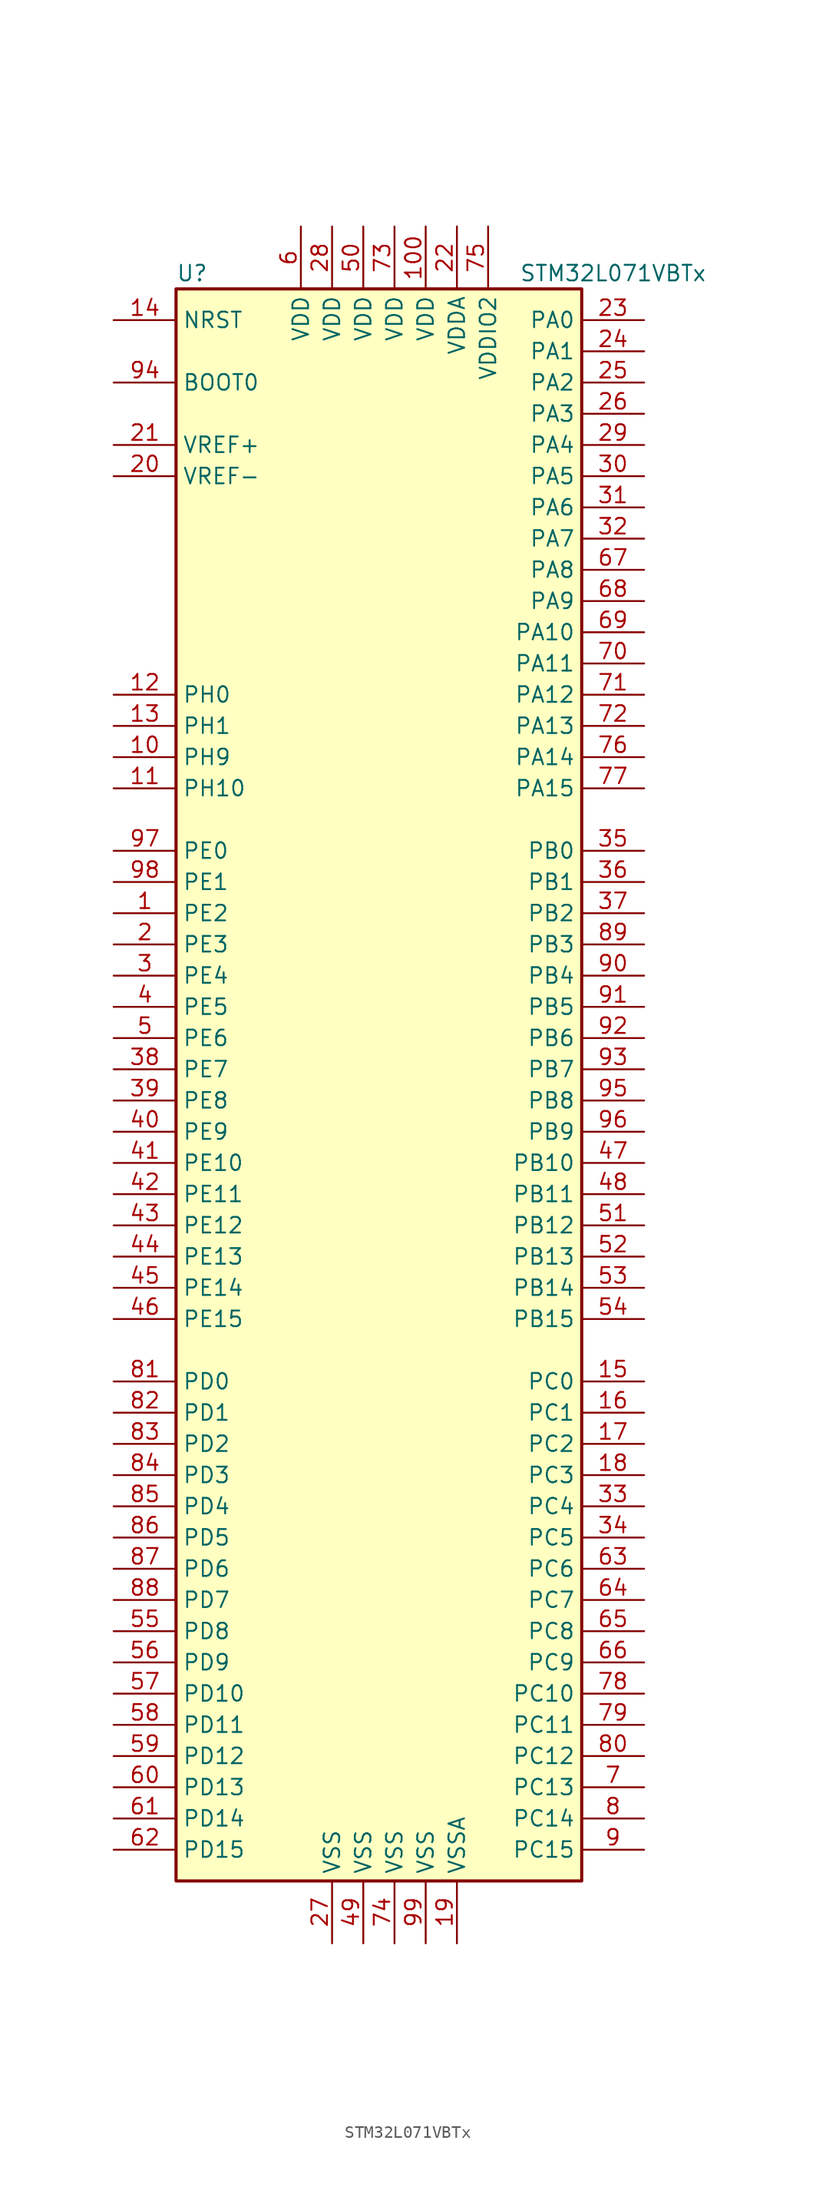
<source format=kicad_sym>
(kicad_symbol_lib
  (version 20201005)
  (generator kicad_symbol_editor)
  (symbol "STM32L071VBTx"
    (property "Reference" "U"
      (at -17.78 64.77 0)
      (effects (font (size 1.27 1.27)) (justify left)))
    (property "Value" "STM32L071VBTx"
      (at 10.16 64.77 0)
      (effects (font (size 1.27 1.27)) (justify left)))
    (symbol "STM32L071VBTx_0_1"
      (rectangle (start -17.78 -66.04) (end 15.24 63.5) (stroke (width 0.254)) (fill (type background))))
    (symbol "STM32L071VBTx_1_1"
      (pin bidirectional line (at -22.86 12.7 0) (length 5.08) (name "PE2" (effects (font (size 1.27 1.27)))) (number "1" (effects (font (size 1.27 1.27)))))
      (pin bidirectional line (at -22.86 25.4 0) (length 5.08) (name "PH9" (effects (font (size 1.27 1.27)))) (number "10" (effects (font (size 1.27 1.27)))))
      (pin power_in line (at 2.54 68.58 270) (length 5.08) (name "VDD" (effects (font (size 1.27 1.27)))) (number "100" (effects (font (size 1.27 1.27)))))
      (pin bidirectional line (at -22.86 22.86 0) (length 5.08) (name "PH10" (effects (font (size 1.27 1.27)))) (number "11" (effects (font (size 1.27 1.27)))))
      (pin input line (at -22.86 30.48 0) (length 5.08) (name "PH0" (effects (font (size 1.27 1.27)))) (number "12" (effects (font (size 1.27 1.27)))))
      (pin input line (at -22.86 27.94 0) (length 5.08) (name "PH1" (effects (font (size 1.27 1.27)))) (number "13" (effects (font (size 1.27 1.27)))))
      (pin input line (at -22.86 60.96 0) (length 5.08) (name "NRST" (effects (font (size 1.27 1.27)))) (number "14" (effects (font (size 1.27 1.27)))))
      (pin bidirectional line (at 20.32 -25.4 180) (length 5.08) (name "PC0" (effects (font (size 1.27 1.27)))) (number "15" (effects (font (size 1.27 1.27)))))
      (pin bidirectional line (at 20.32 -27.94 180) (length 5.08) (name "PC1" (effects (font (size 1.27 1.27)))) (number "16" (effects (font (size 1.27 1.27)))))
      (pin bidirectional line (at 20.32 -30.48 180) (length 5.08) (name "PC2" (effects (font (size 1.27 1.27)))) (number "17" (effects (font (size 1.27 1.27)))))
      (pin bidirectional line (at 20.32 -33.02 180) (length 5.08) (name "PC3" (effects (font (size 1.27 1.27)))) (number "18" (effects (font (size 1.27 1.27)))))
      (pin power_in line (at 5.08 -71.12 90) (length 5.08) (name "VSSA" (effects (font (size 1.27 1.27)))) (number "19" (effects (font (size 1.27 1.27)))))
      (pin bidirectional line (at -22.86 10.16 0) (length 5.08) (name "PE3" (effects (font (size 1.27 1.27)))) (number "2" (effects (font (size 1.27 1.27)))))
      (pin power_in line (at -22.86 48.26 0) (length 5.08) (name "VREF-" (effects (font (size 1.27 1.27)))) (number "20" (effects (font (size 1.27 1.27)))))
      (pin power_in line (at -22.86 50.8 0) (length 5.08) (name "VREF+" (effects (font (size 1.27 1.27)))) (number "21" (effects (font (size 1.27 1.27)))))
      (pin power_in line (at 5.08 68.58 270) (length 5.08) (name "VDDA" (effects (font (size 1.27 1.27)))) (number "22" (effects (font (size 1.27 1.27)))))
      (pin bidirectional line (at 20.32 60.96 180) (length 5.08) (name "PA0" (effects (font (size 1.27 1.27)))) (number "23" (effects (font (size 1.27 1.27)))))
      (pin bidirectional line (at 20.32 58.42 180) (length 5.08) (name "PA1" (effects (font (size 1.27 1.27)))) (number "24" (effects (font (size 1.27 1.27)))))
      (pin bidirectional line (at 20.32 55.88 180) (length 5.08) (name "PA2" (effects (font (size 1.27 1.27)))) (number "25" (effects (font (size 1.27 1.27)))))
      (pin bidirectional line (at 20.32 53.34 180) (length 5.08) (name "PA3" (effects (font (size 1.27 1.27)))) (number "26" (effects (font (size 1.27 1.27)))))
      (pin power_in line (at -5.08 -71.12 90) (length 5.08) (name "VSS" (effects (font (size 1.27 1.27)))) (number "27" (effects (font (size 1.27 1.27)))))
      (pin power_in line (at -5.08 68.58 270) (length 5.08) (name "VDD" (effects (font (size 1.27 1.27)))) (number "28" (effects (font (size 1.27 1.27)))))
      (pin bidirectional line (at 20.32 50.8 180) (length 5.08) (name "PA4" (effects (font (size 1.27 1.27)))) (number "29" (effects (font (size 1.27 1.27)))))
      (pin bidirectional line (at -22.86 7.62 0) (length 5.08) (name "PE4" (effects (font (size 1.27 1.27)))) (number "3" (effects (font (size 1.27 1.27)))))
      (pin bidirectional line (at 20.32 48.26 180) (length 5.08) (name "PA5" (effects (font (size 1.27 1.27)))) (number "30" (effects (font (size 1.27 1.27)))))
      (pin bidirectional line (at 20.32 45.72 180) (length 5.08) (name "PA6" (effects (font (size 1.27 1.27)))) (number "31" (effects (font (size 1.27 1.27)))))
      (pin bidirectional line (at 20.32 43.18 180) (length 5.08) (name "PA7" (effects (font (size 1.27 1.27)))) (number "32" (effects (font (size 1.27 1.27)))))
      (pin bidirectional line (at 20.32 -35.56 180) (length 5.08) (name "PC4" (effects (font (size 1.27 1.27)))) (number "33" (effects (font (size 1.27 1.27)))))
      (pin bidirectional line (at 20.32 -38.1 180) (length 5.08) (name "PC5" (effects (font (size 1.27 1.27)))) (number "34" (effects (font (size 1.27 1.27)))))
      (pin bidirectional line (at 20.32 17.78 180) (length 5.08) (name "PB0" (effects (font (size 1.27 1.27)))) (number "35" (effects (font (size 1.27 1.27)))))
      (pin bidirectional line (at 20.32 15.24 180) (length 5.08) (name "PB1" (effects (font (size 1.27 1.27)))) (number "36" (effects (font (size 1.27 1.27)))))
      (pin bidirectional line (at 20.32 12.7 180) (length 5.08) (name "PB2" (effects (font (size 1.27 1.27)))) (number "37" (effects (font (size 1.27 1.27)))))
      (pin bidirectional line (at -22.86 0 0) (length 5.08) (name "PE7" (effects (font (size 1.27 1.27)))) (number "38" (effects (font (size 1.27 1.27)))))
      (pin bidirectional line (at -22.86 -2.54 0) (length 5.08) (name "PE8" (effects (font (size 1.27 1.27)))) (number "39" (effects (font (size 1.27 1.27)))))
      (pin bidirectional line (at -22.86 5.08 0) (length 5.08) (name "PE5" (effects (font (size 1.27 1.27)))) (number "4" (effects (font (size 1.27 1.27)))))
      (pin bidirectional line (at -22.86 -5.08 0) (length 5.08) (name "PE9" (effects (font (size 1.27 1.27)))) (number "40" (effects (font (size 1.27 1.27)))))
      (pin bidirectional line (at -22.86 -7.62 0) (length 5.08) (name "PE10" (effects (font (size 1.27 1.27)))) (number "41" (effects (font (size 1.27 1.27)))))
      (pin bidirectional line (at -22.86 -10.16 0) (length 5.08) (name "PE11" (effects (font (size 1.27 1.27)))) (number "42" (effects (font (size 1.27 1.27)))))
      (pin bidirectional line (at -22.86 -12.7 0) (length 5.08) (name "PE12" (effects (font (size 1.27 1.27)))) (number "43" (effects (font (size 1.27 1.27)))))
      (pin bidirectional line (at -22.86 -15.24 0) (length 5.08) (name "PE13" (effects (font (size 1.27 1.27)))) (number "44" (effects (font (size 1.27 1.27)))))
      (pin bidirectional line (at -22.86 -17.78 0) (length 5.08) (name "PE14" (effects (font (size 1.27 1.27)))) (number "45" (effects (font (size 1.27 1.27)))))
      (pin bidirectional line (at -22.86 -20.32 0) (length 5.08) (name "PE15" (effects (font (size 1.27 1.27)))) (number "46" (effects (font (size 1.27 1.27)))))
      (pin bidirectional line (at 20.32 -7.62 180) (length 5.08) (name "PB10" (effects (font (size 1.27 1.27)))) (number "47" (effects (font (size 1.27 1.27)))))
      (pin bidirectional line (at 20.32 -10.16 180) (length 5.08) (name "PB11" (effects (font (size 1.27 1.27)))) (number "48" (effects (font (size 1.27 1.27)))))
      (pin power_in line (at -2.54 -71.12 90) (length 5.08) (name "VSS" (effects (font (size 1.27 1.27)))) (number "49" (effects (font (size 1.27 1.27)))))
      (pin bidirectional line (at -22.86 2.54 0) (length 5.08) (name "PE6" (effects (font (size 1.27 1.27)))) (number "5" (effects (font (size 1.27 1.27)))))
      (pin power_in line (at -2.54 68.58 270) (length 5.08) (name "VDD" (effects (font (size 1.27 1.27)))) (number "50" (effects (font (size 1.27 1.27)))))
      (pin bidirectional line (at 20.32 -12.7 180) (length 5.08) (name "PB12" (effects (font (size 1.27 1.27)))) (number "51" (effects (font (size 1.27 1.27)))))
      (pin bidirectional line (at 20.32 -15.24 180) (length 5.08) (name "PB13" (effects (font (size 1.27 1.27)))) (number "52" (effects (font (size 1.27 1.27)))))
      (pin bidirectional line (at 20.32 -17.78 180) (length 5.08) (name "PB14" (effects (font (size 1.27 1.27)))) (number "53" (effects (font (size 1.27 1.27)))))
      (pin bidirectional line (at 20.32 -20.32 180) (length 5.08) (name "PB15" (effects (font (size 1.27 1.27)))) (number "54" (effects (font (size 1.27 1.27)))))
      (pin bidirectional line (at -22.86 -45.72 0) (length 5.08) (name "PD8" (effects (font (size 1.27 1.27)))) (number "55" (effects (font (size 1.27 1.27)))))
      (pin bidirectional line (at -22.86 -48.26 0) (length 5.08) (name "PD9" (effects (font (size 1.27 1.27)))) (number "56" (effects (font (size 1.27 1.27)))))
      (pin bidirectional line (at -22.86 -50.8 0) (length 5.08) (name "PD10" (effects (font (size 1.27 1.27)))) (number "57" (effects (font (size 1.27 1.27)))))
      (pin bidirectional line (at -22.86 -53.34 0) (length 5.08) (name "PD11" (effects (font (size 1.27 1.27)))) (number "58" (effects (font (size 1.27 1.27)))))
      (pin bidirectional line (at -22.86 -55.88 0) (length 5.08) (name "PD12" (effects (font (size 1.27 1.27)))) (number "59" (effects (font (size 1.27 1.27)))))
      (pin power_in line (at -7.62 68.58 270) (length 5.08) (name "VDD" (effects (font (size 1.27 1.27)))) (number "6" (effects (font (size 1.27 1.27)))))
      (pin bidirectional line (at -22.86 -58.42 0) (length 5.08) (name "PD13" (effects (font (size 1.27 1.27)))) (number "60" (effects (font (size 1.27 1.27)))))
      (pin bidirectional line (at -22.86 -60.96 0) (length 5.08) (name "PD14" (effects (font (size 1.27 1.27)))) (number "61" (effects (font (size 1.27 1.27)))))
      (pin bidirectional line (at -22.86 -63.5 0) (length 5.08) (name "PD15" (effects (font (size 1.27 1.27)))) (number "62" (effects (font (size 1.27 1.27)))))
      (pin bidirectional line (at 20.32 -40.64 180) (length 5.08) (name "PC6" (effects (font (size 1.27 1.27)))) (number "63" (effects (font (size 1.27 1.27)))))
      (pin bidirectional line (at 20.32 -43.18 180) (length 5.08) (name "PC7" (effects (font (size 1.27 1.27)))) (number "64" (effects (font (size 1.27 1.27)))))
      (pin bidirectional line (at 20.32 -45.72 180) (length 5.08) (name "PC8" (effects (font (size 1.27 1.27)))) (number "65" (effects (font (size 1.27 1.27)))))
      (pin bidirectional line (at 20.32 -48.26 180) (length 5.08) (name "PC9" (effects (font (size 1.27 1.27)))) (number "66" (effects (font (size 1.27 1.27)))))
      (pin bidirectional line (at 20.32 40.64 180) (length 5.08) (name "PA8" (effects (font (size 1.27 1.27)))) (number "67" (effects (font (size 1.27 1.27)))))
      (pin bidirectional line (at 20.32 38.1 180) (length 5.08) (name "PA9" (effects (font (size 1.27 1.27)))) (number "68" (effects (font (size 1.27 1.27)))))
      (pin bidirectional line (at 20.32 35.56 180) (length 5.08) (name "PA10" (effects (font (size 1.27 1.27)))) (number "69" (effects (font (size 1.27 1.27)))))
      (pin bidirectional line (at 20.32 -58.42 180) (length 5.08) (name "PC13" (effects (font (size 1.27 1.27)))) (number "7" (effects (font (size 1.27 1.27)))))
      (pin bidirectional line (at 20.32 33.02 180) (length 5.08) (name "PA11" (effects (font (size 1.27 1.27)))) (number "70" (effects (font (size 1.27 1.27)))))
      (pin bidirectional line (at 20.32 30.48 180) (length 5.08) (name "PA12" (effects (font (size 1.27 1.27)))) (number "71" (effects (font (size 1.27 1.27)))))
      (pin bidirectional line (at 20.32 27.94 180) (length 5.08) (name "PA13" (effects (font (size 1.27 1.27)))) (number "72" (effects (font (size 1.27 1.27)))))
      (pin power_in line (at 0 68.58 270) (length 5.08) (name "VDD" (effects (font (size 1.27 1.27)))) (number "73" (effects (font (size 1.27 1.27)))))
      (pin power_in line (at 0 -71.12 90) (length 5.08) (name "VSS" (effects (font (size 1.27 1.27)))) (number "74" (effects (font (size 1.27 1.27)))))
      (pin power_in line (at 7.62 68.58 270) (length 5.08) (name "VDDIO2" (effects (font (size 1.27 1.27)))) (number "75" (effects (font (size 1.27 1.27)))))
      (pin bidirectional line (at 20.32 25.4 180) (length 5.08) (name "PA14" (effects (font (size 1.27 1.27)))) (number "76" (effects (font (size 1.27 1.27)))))
      (pin bidirectional line (at 20.32 22.86 180) (length 5.08) (name "PA15" (effects (font (size 1.27 1.27)))) (number "77" (effects (font (size 1.27 1.27)))))
      (pin bidirectional line (at 20.32 -50.8 180) (length 5.08) (name "PC10" (effects (font (size 1.27 1.27)))) (number "78" (effects (font (size 1.27 1.27)))))
      (pin bidirectional line (at 20.32 -53.34 180) (length 5.08) (name "PC11" (effects (font (size 1.27 1.27)))) (number "79" (effects (font (size 1.27 1.27)))))
      (pin bidirectional line (at 20.32 -60.96 180) (length 5.08) (name "PC14" (effects (font (size 1.27 1.27)))) (number "8" (effects (font (size 1.27 1.27)))))
      (pin bidirectional line (at 20.32 -55.88 180) (length 5.08) (name "PC12" (effects (font (size 1.27 1.27)))) (number "80" (effects (font (size 1.27 1.27)))))
      (pin bidirectional line (at -22.86 -25.4 0) (length 5.08) (name "PD0" (effects (font (size 1.27 1.27)))) (number "81" (effects (font (size 1.27 1.27)))))
      (pin bidirectional line (at -22.86 -27.94 0) (length 5.08) (name "PD1" (effects (font (size 1.27 1.27)))) (number "82" (effects (font (size 1.27 1.27)))))
      (pin bidirectional line (at -22.86 -30.48 0) (length 5.08) (name "PD2" (effects (font (size 1.27 1.27)))) (number "83" (effects (font (size 1.27 1.27)))))
      (pin bidirectional line (at -22.86 -33.02 0) (length 5.08) (name "PD3" (effects (font (size 1.27 1.27)))) (number "84" (effects (font (size 1.27 1.27)))))
      (pin bidirectional line (at -22.86 -35.56 0) (length 5.08) (name "PD4" (effects (font (size 1.27 1.27)))) (number "85" (effects (font (size 1.27 1.27)))))
      (pin bidirectional line (at -22.86 -38.1 0) (length 5.08) (name "PD5" (effects (font (size 1.27 1.27)))) (number "86" (effects (font (size 1.27 1.27)))))
      (pin bidirectional line (at -22.86 -40.64 0) (length 5.08) (name "PD6" (effects (font (size 1.27 1.27)))) (number "87" (effects (font (size 1.27 1.27)))))
      (pin bidirectional line (at -22.86 -43.18 0) (length 5.08) (name "PD7" (effects (font (size 1.27 1.27)))) (number "88" (effects (font (size 1.27 1.27)))))
      (pin bidirectional line (at 20.32 10.16 180) (length 5.08) (name "PB3" (effects (font (size 1.27 1.27)))) (number "89" (effects (font (size 1.27 1.27)))))
      (pin bidirectional line (at 20.32 -63.5 180) (length 5.08) (name "PC15" (effects (font (size 1.27 1.27)))) (number "9" (effects (font (size 1.27 1.27)))))
      (pin bidirectional line (at 20.32 7.62 180) (length 5.08) (name "PB4" (effects (font (size 1.27 1.27)))) (number "90" (effects (font (size 1.27 1.27)))))
      (pin bidirectional line (at 20.32 5.08 180) (length 5.08) (name "PB5" (effects (font (size 1.27 1.27)))) (number "91" (effects (font (size 1.27 1.27)))))
      (pin bidirectional line (at 20.32 2.54 180) (length 5.08) (name "PB6" (effects (font (size 1.27 1.27)))) (number "92" (effects (font (size 1.27 1.27)))))
      (pin bidirectional line (at 20.32 0 180) (length 5.08) (name "PB7" (effects (font (size 1.27 1.27)))) (number "93" (effects (font (size 1.27 1.27)))))
      (pin input line (at -22.86 55.88 0) (length 5.08) (name "BOOT0" (effects (font (size 1.27 1.27)))) (number "94" (effects (font (size 1.27 1.27)))))
      (pin bidirectional line (at 20.32 -2.54 180) (length 5.08) (name "PB8" (effects (font (size 1.27 1.27)))) (number "95" (effects (font (size 1.27 1.27)))))
      (pin bidirectional line (at 20.32 -5.08 180) (length 5.08) (name "PB9" (effects (font (size 1.27 1.27)))) (number "96" (effects (font (size 1.27 1.27)))))
      (pin bidirectional line (at -22.86 17.78 0) (length 5.08) (name "PE0" (effects (font (size 1.27 1.27)))) (number "97" (effects (font (size 1.27 1.27)))))
      (pin bidirectional line (at -22.86 15.24 0) (length 5.08) (name "PE1" (effects (font (size 1.27 1.27)))) (number "98" (effects (font (size 1.27 1.27)))))
      (pin power_in line (at 2.54 -71.12 90) (length 5.08) (name "VSS" (effects (font (size 1.27 1.27)))) (number "99" (effects (font (size 1.27 1.27))))))))
</source>
